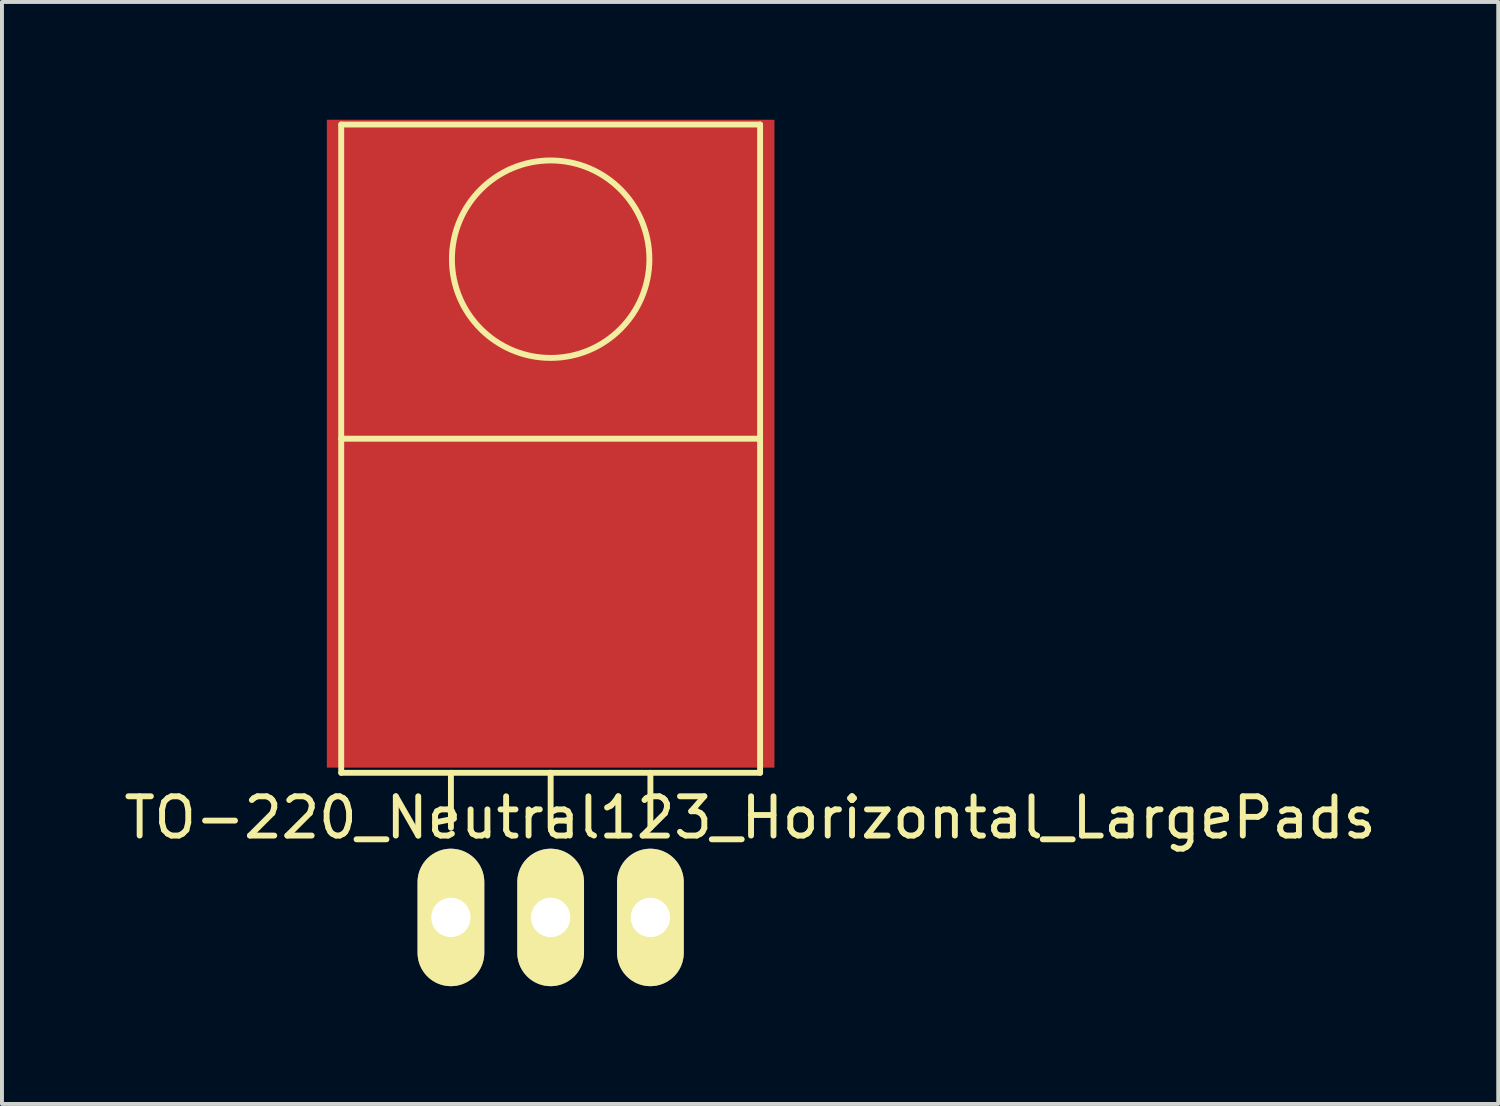
<source format=kicad_pcb>
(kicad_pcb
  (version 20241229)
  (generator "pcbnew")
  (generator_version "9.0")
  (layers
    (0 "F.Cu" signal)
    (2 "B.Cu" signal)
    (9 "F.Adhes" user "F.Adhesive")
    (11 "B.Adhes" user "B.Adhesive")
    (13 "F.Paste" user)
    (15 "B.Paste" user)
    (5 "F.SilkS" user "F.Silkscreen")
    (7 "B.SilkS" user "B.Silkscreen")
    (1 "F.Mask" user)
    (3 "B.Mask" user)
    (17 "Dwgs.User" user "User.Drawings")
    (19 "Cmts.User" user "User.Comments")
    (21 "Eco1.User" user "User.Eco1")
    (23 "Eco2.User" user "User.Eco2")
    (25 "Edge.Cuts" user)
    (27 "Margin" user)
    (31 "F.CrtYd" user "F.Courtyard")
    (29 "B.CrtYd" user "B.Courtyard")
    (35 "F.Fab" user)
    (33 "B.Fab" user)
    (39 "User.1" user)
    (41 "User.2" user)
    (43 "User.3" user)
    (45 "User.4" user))
  (footprint "TO-220_Neutral123_Horizontal_LargePads"
    (layer "F.Cu")
    (at 10.974 20.315)
    (property "Reference" "TO-220_Neutral123_Horizontal_LargePads" (at 5.08 -2.54 0) (layer "F.SilkS") (effects (font (size 1 1) (thickness 0.15))))
    (attr through_hole)
    (fp_line (start -5.334 -20.193) (end -5.334 -12.192) (stroke (width 0.15) (type solid)) (layer "F.SilkS"))
    (fp_line (start -5.334 -12.192) (end -5.334 -3.683) (stroke (width 0.15) (type solid)) (layer "F.SilkS"))
    (fp_line (start -2.54 -3.683) (end -2.54 -2.286) (stroke (width 0.15) (type solid)) (layer "F.SilkS"))
    (fp_line (start 0 -3.683) (end -5.334 -3.683) (stroke (width 0.15) (type solid)) (layer "F.SilkS"))
    (fp_line (start 0 -3.683) (end 0 -2.286) (stroke (width 0.15) (type solid)) (layer "F.SilkS"))
    (fp_line (start 0 -3.683) (end 5.334 -3.683) (stroke (width 0.15) (type solid)) (layer "F.SilkS"))
    (fp_line (start 2.54 -3.683) (end 2.54 -2.286) (stroke (width 0.15) (type solid)) (layer "F.SilkS"))
    (fp_line (start 5.334 -20.193) (end -5.334 -20.193) (stroke (width 0.15) (type solid)) (layer "F.SilkS"))
    (fp_line (start 5.334 -12.192) (end -5.334 -12.192) (stroke (width 0.15) (type solid)) (layer "F.SilkS"))
    (fp_line (start 5.334 -12.192) (end 5.334 -20.193) (stroke (width 0.15) (type solid)) (layer "F.SilkS"))
    (fp_line (start 5.334 -3.683) (end 5.334 -12.192) (stroke (width 0.15) (type solid)) (layer "F.SilkS"))
    (fp_circle (center 0 -16.764) (end 1.778 -14.986) (stroke (width 0.15) (type solid)) (fill no) (layer "F.SilkS"))
    (pad "1" thru_hole oval (at -2.54 0 90) (size 3.5 1.699) (drill 1.001) (layers "*.Cu" "*.Mask" "F.SilkS"))
    (pad "2" smd rect (at 0 -12.065) (size 11.4 16.5) (layers "F.Cu" "F.Mask" "F.Paste"))
    (pad "2" thru_hole oval (at 0 0 90) (size 3.5 1.699) (drill 1.001) (layers "*.Cu" "*.Mask" "F.SilkS"))
    (pad "3" thru_hole oval (at 2.54 0 90) (size 3.5 1.699) (drill 1.001) (layers "*.Cu" "*.Mask" "F.SilkS")))
  (gr_rect
    (start -3 -3)
    (end 35.107 25.065)
    (stroke (width 0.1) (type default))
    (fill no)
    (layer "Edge.Cuts")))
</source>
